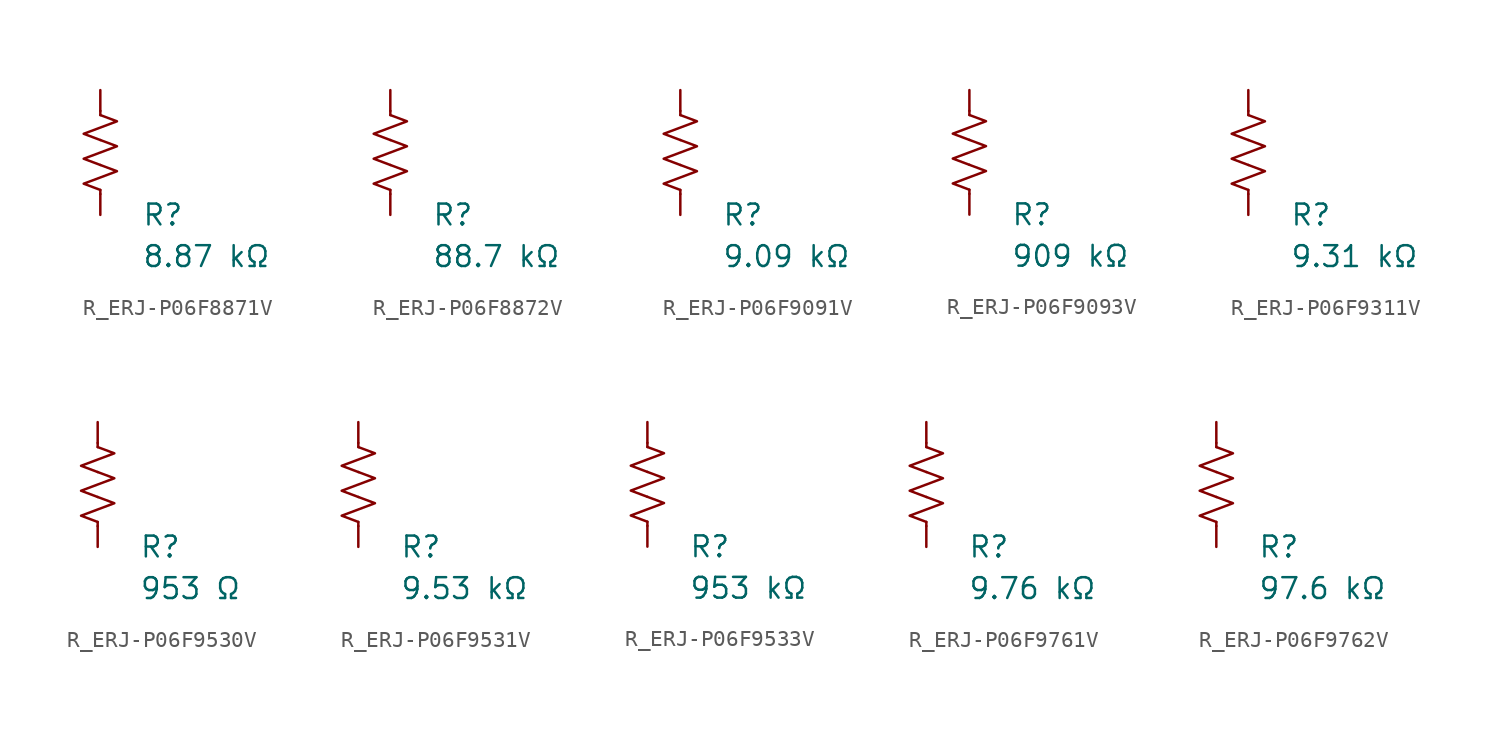
<source format=kicad_sym>
(kicad_symbol_lib
  (version 20231120)
  (generator "kicad_symbol_editor")
  (generator_version "8.0")
  (symbol "R_ERJ-P06F8871V"
    (pin_numbers hide)
    (pin_names
      (offset 0))
    (property "Reference" "R"
      (at 2.54 -3.81 0)
      (effects (font (size 1.27 1.27)) (justify left))
      (show_name no))
    (property "Value" "8.87 kΩ"
      (at 2.54 -6.35 0)
      (effects (font (size 1.27 1.27)) (justify left))
      (show_name no))
    (symbol "R_ERJ-P06F8871V_0_1"
      (polyline (pts (xy 0 -2.286) (xy 0 -2.54)) (stroke (width 0) (type default)) (fill (type none)))
      (polyline (pts (xy 0 2.286) (xy 0 2.54)) (stroke (width 0) (type default)) (fill (type none)))
      (polyline (pts (xy 0 -0.762) (xy 1.016 -1.143) (xy 0 -1.524) (xy -1.016 -1.905) (xy 0 -2.286)) (stroke (width 0) (type default)) (fill (type none)))
      (polyline (pts (xy 0 0.762) (xy 1.016 0.381) (xy 0 0) (xy -1.016 -0.381) (xy 0 -0.762)) (stroke (width 0) (type default)) (fill (type none)))
      (polyline (pts (xy 0 2.286) (xy 1.016 1.905) (xy 0 1.524) (xy -1.016 1.143) (xy 0 0.762)) (stroke (width 0) (type default)) (fill (type none))))
    (symbol "R_ERJ-P06F8871V_1_1"
      (pin passive line (at 0 3.81 270) (length 1.27) (name "~" (effects (font (size 1.27 1.27)))) (number "1" (effects (font (size 1.27 1.27)))))
      (pin passive line (at 0 -3.81 90) (length 1.27) (name "~" (effects (font (size 1.27 1.27)))) (number "2" (effects (font (size 1.27 1.27)))))))
  (symbol "R_ERJ-P06F8872V"
    (pin_numbers hide)
    (pin_names
      (offset 0))
    (property "Reference" "R"
      (at 2.54 -3.81 0)
      (effects (font (size 1.27 1.27)) (justify left))
      (show_name no))
    (property "Value" "88.7 kΩ"
      (at 2.54 -6.35 0)
      (effects (font (size 1.27 1.27)) (justify left))
      (show_name no))
    (symbol "R_ERJ-P06F8872V_0_1"
      (polyline (pts (xy 0 -2.286) (xy 0 -2.54)) (stroke (width 0) (type default)) (fill (type none)))
      (polyline (pts (xy 0 2.286) (xy 0 2.54)) (stroke (width 0) (type default)) (fill (type none)))
      (polyline (pts (xy 0 -0.762) (xy 1.016 -1.143) (xy 0 -1.524) (xy -1.016 -1.905) (xy 0 -2.286)) (stroke (width 0) (type default)) (fill (type none)))
      (polyline (pts (xy 0 0.762) (xy 1.016 0.381) (xy 0 0) (xy -1.016 -0.381) (xy 0 -0.762)) (stroke (width 0) (type default)) (fill (type none)))
      (polyline (pts (xy 0 2.286) (xy 1.016 1.905) (xy 0 1.524) (xy -1.016 1.143) (xy 0 0.762)) (stroke (width 0) (type default)) (fill (type none))))
    (symbol "R_ERJ-P06F8872V_1_1"
      (pin passive line (at 0 3.81 270) (length 1.27) (name "~" (effects (font (size 1.27 1.27)))) (number "1" (effects (font (size 1.27 1.27)))))
      (pin passive line (at 0 -3.81 90) (length 1.27) (name "~" (effects (font (size 1.27 1.27)))) (number "2" (effects (font (size 1.27 1.27)))))))
  (symbol "R_ERJ-P06F9091V"
    (pin_numbers hide)
    (pin_names
      (offset 0))
    (property "Reference" "R"
      (at 2.54 -3.81 0)
      (effects (font (size 1.27 1.27)) (justify left))
      (show_name no))
    (property "Value" "9.09 kΩ"
      (at 2.54 -6.35 0)
      (effects (font (size 1.27 1.27)) (justify left))
      (show_name no))
    (symbol "R_ERJ-P06F9091V_0_1"
      (polyline (pts (xy 0 -2.286) (xy 0 -2.54)) (stroke (width 0) (type default)) (fill (type none)))
      (polyline (pts (xy 0 2.286) (xy 0 2.54)) (stroke (width 0) (type default)) (fill (type none)))
      (polyline (pts (xy 0 -0.762) (xy 1.016 -1.143) (xy 0 -1.524) (xy -1.016 -1.905) (xy 0 -2.286)) (stroke (width 0) (type default)) (fill (type none)))
      (polyline (pts (xy 0 0.762) (xy 1.016 0.381) (xy 0 0) (xy -1.016 -0.381) (xy 0 -0.762)) (stroke (width 0) (type default)) (fill (type none)))
      (polyline (pts (xy 0 2.286) (xy 1.016 1.905) (xy 0 1.524) (xy -1.016 1.143) (xy 0 0.762)) (stroke (width 0) (type default)) (fill (type none))))
    (symbol "R_ERJ-P06F9091V_1_1"
      (pin passive line (at 0 3.81 270) (length 1.27) (name "~" (effects (font (size 1.27 1.27)))) (number "1" (effects (font (size 1.27 1.27)))))
      (pin passive line (at 0 -3.81 90) (length 1.27) (name "~" (effects (font (size 1.27 1.27)))) (number "2" (effects (font (size 1.27 1.27)))))))
  (symbol "R_ERJ-P06F9093V"
    (pin_numbers hide)
    (pin_names
      (offset 0))
    (property "Reference" "R"
      (at 2.54 -3.81 0)
      (effects (font (size 1.27 1.27)) (justify left))
      (show_name no))
    (property "Value" "909 kΩ"
      (at 2.54 -6.35 0)
      (effects (font (size 1.27 1.27)) (justify left))
      (show_name no))
    (symbol "R_ERJ-P06F9093V_0_1"
      (polyline (pts (xy 0 -2.286) (xy 0 -2.54)) (stroke (width 0) (type default)) (fill (type none)))
      (polyline (pts (xy 0 2.286) (xy 0 2.54)) (stroke (width 0) (type default)) (fill (type none)))
      (polyline (pts (xy 0 -0.762) (xy 1.016 -1.143) (xy 0 -1.524) (xy -1.016 -1.905) (xy 0 -2.286)) (stroke (width 0) (type default)) (fill (type none)))
      (polyline (pts (xy 0 0.762) (xy 1.016 0.381) (xy 0 0) (xy -1.016 -0.381) (xy 0 -0.762)) (stroke (width 0) (type default)) (fill (type none)))
      (polyline (pts (xy 0 2.286) (xy 1.016 1.905) (xy 0 1.524) (xy -1.016 1.143) (xy 0 0.762)) (stroke (width 0) (type default)) (fill (type none))))
    (symbol "R_ERJ-P06F9093V_1_1"
      (pin passive line (at 0 3.81 270) (length 1.27) (name "~" (effects (font (size 1.27 1.27)))) (number "1" (effects (font (size 1.27 1.27)))))
      (pin passive line (at 0 -3.81 90) (length 1.27) (name "~" (effects (font (size 1.27 1.27)))) (number "2" (effects (font (size 1.27 1.27)))))))
  (symbol "R_ERJ-P06F9311V"
    (pin_numbers hide)
    (pin_names
      (offset 0))
    (property "Reference" "R"
      (at 2.54 -3.81 0)
      (effects (font (size 1.27 1.27)) (justify left))
      (show_name no))
    (property "Value" "9.31 kΩ"
      (at 2.54 -6.35 0)
      (effects (font (size 1.27 1.27)) (justify left))
      (show_name no))
    (symbol "R_ERJ-P06F9311V_0_1"
      (polyline (pts (xy 0 -2.286) (xy 0 -2.54)) (stroke (width 0) (type default)) (fill (type none)))
      (polyline (pts (xy 0 2.286) (xy 0 2.54)) (stroke (width 0) (type default)) (fill (type none)))
      (polyline (pts (xy 0 -0.762) (xy 1.016 -1.143) (xy 0 -1.524) (xy -1.016 -1.905) (xy 0 -2.286)) (stroke (width 0) (type default)) (fill (type none)))
      (polyline (pts (xy 0 0.762) (xy 1.016 0.381) (xy 0 0) (xy -1.016 -0.381) (xy 0 -0.762)) (stroke (width 0) (type default)) (fill (type none)))
      (polyline (pts (xy 0 2.286) (xy 1.016 1.905) (xy 0 1.524) (xy -1.016 1.143) (xy 0 0.762)) (stroke (width 0) (type default)) (fill (type none))))
    (symbol "R_ERJ-P06F9311V_1_1"
      (pin passive line (at 0 3.81 270) (length 1.27) (name "~" (effects (font (size 1.27 1.27)))) (number "1" (effects (font (size 1.27 1.27)))))
      (pin passive line (at 0 -3.81 90) (length 1.27) (name "~" (effects (font (size 1.27 1.27)))) (number "2" (effects (font (size 1.27 1.27)))))))
  (symbol "R_ERJ-P06F9530V"
    (pin_numbers hide)
    (pin_names
      (offset 0))
    (property "Reference" "R"
      (at 2.54 -3.81 0)
      (effects (font (size 1.27 1.27)) (justify left))
      (show_name no))
    (property "Value" "953 Ω"
      (at 2.54 -6.35 0)
      (effects (font (size 1.27 1.27)) (justify left))
      (show_name no))
    (symbol "R_ERJ-P06F9530V_0_1"
      (polyline (pts (xy 0 -2.286) (xy 0 -2.54)) (stroke (width 0) (type default)) (fill (type none)))
      (polyline (pts (xy 0 2.286) (xy 0 2.54)) (stroke (width 0) (type default)) (fill (type none)))
      (polyline (pts (xy 0 -0.762) (xy 1.016 -1.143) (xy 0 -1.524) (xy -1.016 -1.905) (xy 0 -2.286)) (stroke (width 0) (type default)) (fill (type none)))
      (polyline (pts (xy 0 0.762) (xy 1.016 0.381) (xy 0 0) (xy -1.016 -0.381) (xy 0 -0.762)) (stroke (width 0) (type default)) (fill (type none)))
      (polyline (pts (xy 0 2.286) (xy 1.016 1.905) (xy 0 1.524) (xy -1.016 1.143) (xy 0 0.762)) (stroke (width 0) (type default)) (fill (type none))))
    (symbol "R_ERJ-P06F9530V_1_1"
      (pin passive line (at 0 3.81 270) (length 1.27) (name "~" (effects (font (size 1.27 1.27)))) (number "1" (effects (font (size 1.27 1.27)))))
      (pin passive line (at 0 -3.81 90) (length 1.27) (name "~" (effects (font (size 1.27 1.27)))) (number "2" (effects (font (size 1.27 1.27)))))))
  (symbol "R_ERJ-P06F9531V"
    (pin_numbers hide)
    (pin_names
      (offset 0))
    (property "Reference" "R"
      (at 2.54 -3.81 0)
      (effects (font (size 1.27 1.27)) (justify left))
      (show_name no))
    (property "Value" "9.53 kΩ"
      (at 2.54 -6.35 0)
      (effects (font (size 1.27 1.27)) (justify left))
      (show_name no))
    (symbol "R_ERJ-P06F9531V_0_1"
      (polyline (pts (xy 0 -2.286) (xy 0 -2.54)) (stroke (width 0) (type default)) (fill (type none)))
      (polyline (pts (xy 0 2.286) (xy 0 2.54)) (stroke (width 0) (type default)) (fill (type none)))
      (polyline (pts (xy 0 -0.762) (xy 1.016 -1.143) (xy 0 -1.524) (xy -1.016 -1.905) (xy 0 -2.286)) (stroke (width 0) (type default)) (fill (type none)))
      (polyline (pts (xy 0 0.762) (xy 1.016 0.381) (xy 0 0) (xy -1.016 -0.381) (xy 0 -0.762)) (stroke (width 0) (type default)) (fill (type none)))
      (polyline (pts (xy 0 2.286) (xy 1.016 1.905) (xy 0 1.524) (xy -1.016 1.143) (xy 0 0.762)) (stroke (width 0) (type default)) (fill (type none))))
    (symbol "R_ERJ-P06F9531V_1_1"
      (pin passive line (at 0 3.81 270) (length 1.27) (name "~" (effects (font (size 1.27 1.27)))) (number "1" (effects (font (size 1.27 1.27)))))
      (pin passive line (at 0 -3.81 90) (length 1.27) (name "~" (effects (font (size 1.27 1.27)))) (number "2" (effects (font (size 1.27 1.27)))))))
  (symbol "R_ERJ-P06F9533V"
    (pin_numbers hide)
    (pin_names
      (offset 0))
    (property "Reference" "R"
      (at 2.54 -3.81 0)
      (effects (font (size 1.27 1.27)) (justify left))
      (show_name no))
    (property "Value" "953 kΩ"
      (at 2.54 -6.35 0)
      (effects (font (size 1.27 1.27)) (justify left))
      (show_name no))
    (symbol "R_ERJ-P06F9533V_0_1"
      (polyline (pts (xy 0 -2.286) (xy 0 -2.54)) (stroke (width 0) (type default)) (fill (type none)))
      (polyline (pts (xy 0 2.286) (xy 0 2.54)) (stroke (width 0) (type default)) (fill (type none)))
      (polyline (pts (xy 0 -0.762) (xy 1.016 -1.143) (xy 0 -1.524) (xy -1.016 -1.905) (xy 0 -2.286)) (stroke (width 0) (type default)) (fill (type none)))
      (polyline (pts (xy 0 0.762) (xy 1.016 0.381) (xy 0 0) (xy -1.016 -0.381) (xy 0 -0.762)) (stroke (width 0) (type default)) (fill (type none)))
      (polyline (pts (xy 0 2.286) (xy 1.016 1.905) (xy 0 1.524) (xy -1.016 1.143) (xy 0 0.762)) (stroke (width 0) (type default)) (fill (type none))))
    (symbol "R_ERJ-P06F9533V_1_1"
      (pin passive line (at 0 3.81 270) (length 1.27) (name "~" (effects (font (size 1.27 1.27)))) (number "1" (effects (font (size 1.27 1.27)))))
      (pin passive line (at 0 -3.81 90) (length 1.27) (name "~" (effects (font (size 1.27 1.27)))) (number "2" (effects (font (size 1.27 1.27)))))))
  (symbol "R_ERJ-P06F9761V"
    (pin_numbers hide)
    (pin_names
      (offset 0))
    (property "Reference" "R"
      (at 2.54 -3.81 0)
      (effects (font (size 1.27 1.27)) (justify left))
      (show_name no))
    (property "Value" "9.76 kΩ"
      (at 2.54 -6.35 0)
      (effects (font (size 1.27 1.27)) (justify left))
      (show_name no))
    (symbol "R_ERJ-P06F9761V_0_1"
      (polyline (pts (xy 0 -2.286) (xy 0 -2.54)) (stroke (width 0) (type default)) (fill (type none)))
      (polyline (pts (xy 0 2.286) (xy 0 2.54)) (stroke (width 0) (type default)) (fill (type none)))
      (polyline (pts (xy 0 -0.762) (xy 1.016 -1.143) (xy 0 -1.524) (xy -1.016 -1.905) (xy 0 -2.286)) (stroke (width 0) (type default)) (fill (type none)))
      (polyline (pts (xy 0 0.762) (xy 1.016 0.381) (xy 0 0) (xy -1.016 -0.381) (xy 0 -0.762)) (stroke (width 0) (type default)) (fill (type none)))
      (polyline (pts (xy 0 2.286) (xy 1.016 1.905) (xy 0 1.524) (xy -1.016 1.143) (xy 0 0.762)) (stroke (width 0) (type default)) (fill (type none))))
    (symbol "R_ERJ-P06F9761V_1_1"
      (pin passive line (at 0 3.81 270) (length 1.27) (name "~" (effects (font (size 1.27 1.27)))) (number "1" (effects (font (size 1.27 1.27)))))
      (pin passive line (at 0 -3.81 90) (length 1.27) (name "~" (effects (font (size 1.27 1.27)))) (number "2" (effects (font (size 1.27 1.27)))))))
  (symbol "R_ERJ-P06F9762V"
    (pin_numbers hide)
    (pin_names
      (offset 0))
    (property "Reference" "R"
      (at 2.54 -3.81 0)
      (effects (font (size 1.27 1.27)) (justify left))
      (show_name no))
    (property "Value" "97.6 kΩ"
      (at 2.54 -6.35 0)
      (effects (font (size 1.27 1.27)) (justify left))
      (show_name no))
    (symbol "R_ERJ-P06F9762V_0_1"
      (polyline (pts (xy 0 -2.286) (xy 0 -2.54)) (stroke (width 0) (type default)) (fill (type none)))
      (polyline (pts (xy 0 2.286) (xy 0 2.54)) (stroke (width 0) (type default)) (fill (type none)))
      (polyline (pts (xy 0 -0.762) (xy 1.016 -1.143) (xy 0 -1.524) (xy -1.016 -1.905) (xy 0 -2.286)) (stroke (width 0) (type default)) (fill (type none)))
      (polyline (pts (xy 0 0.762) (xy 1.016 0.381) (xy 0 0) (xy -1.016 -0.381) (xy 0 -0.762)) (stroke (width 0) (type default)) (fill (type none)))
      (polyline (pts (xy 0 2.286) (xy 1.016 1.905) (xy 0 1.524) (xy -1.016 1.143) (xy 0 0.762)) (stroke (width 0) (type default)) (fill (type none))))
    (symbol "R_ERJ-P06F9762V_1_1"
      (pin passive line (at 0 3.81 270) (length 1.27) (name "~" (effects (font (size 1.27 1.27)))) (number "1" (effects (font (size 1.27 1.27)))))
      (pin passive line (at 0 -3.81 90) (length 1.27) (name "~" (effects (font (size 1.27 1.27)))) (number "2" (effects (font (size 1.27 1.27))))))))
</source>
